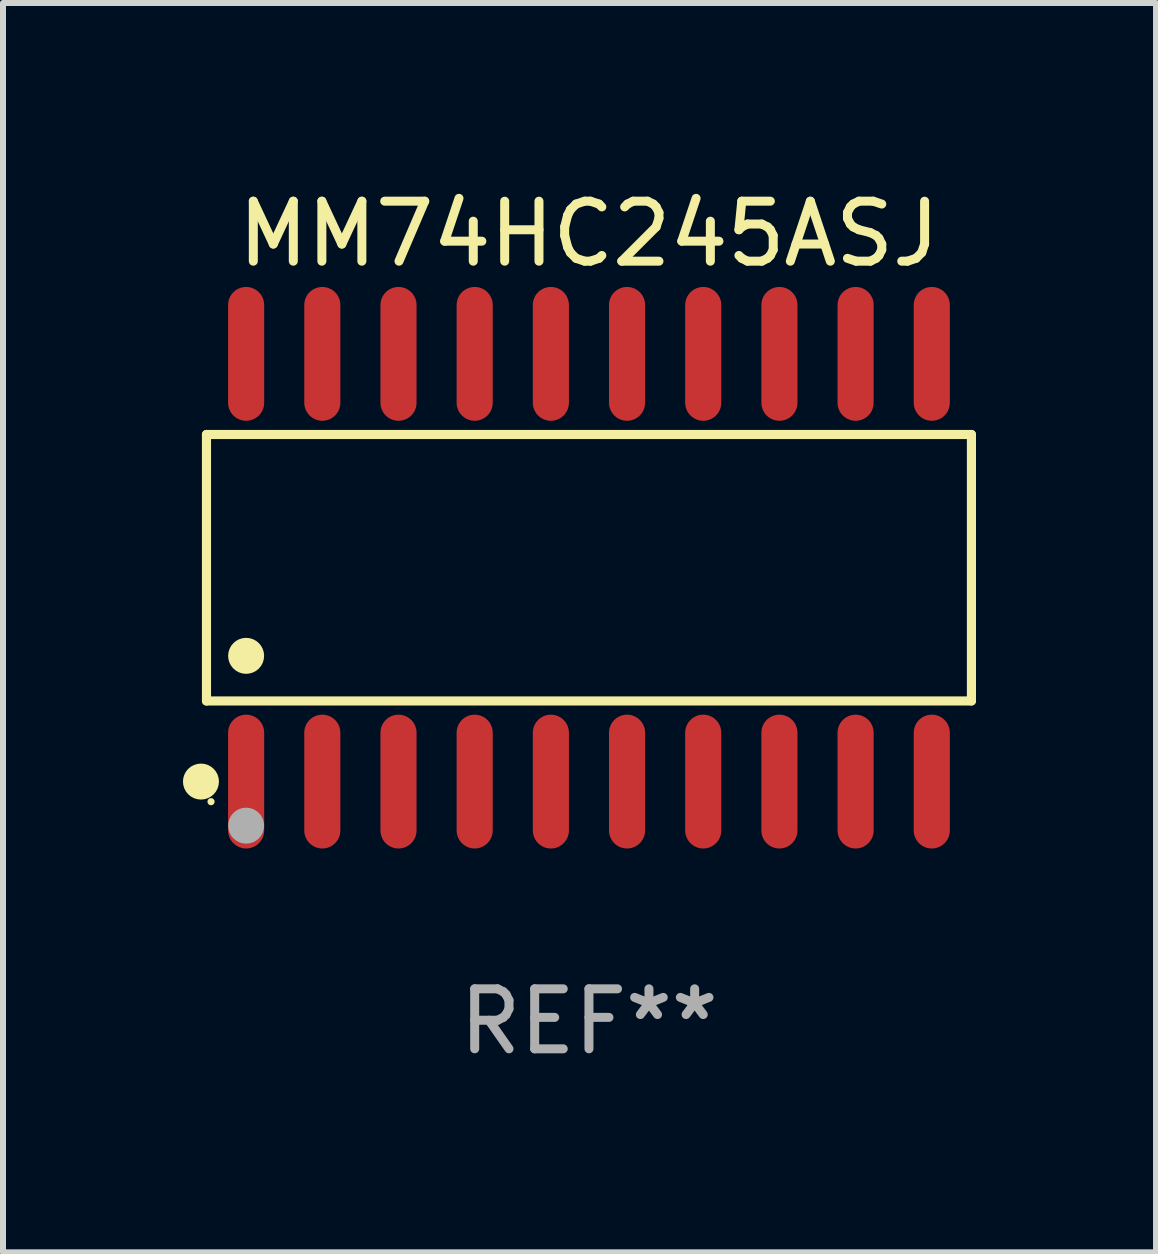
<source format=kicad_pcb>
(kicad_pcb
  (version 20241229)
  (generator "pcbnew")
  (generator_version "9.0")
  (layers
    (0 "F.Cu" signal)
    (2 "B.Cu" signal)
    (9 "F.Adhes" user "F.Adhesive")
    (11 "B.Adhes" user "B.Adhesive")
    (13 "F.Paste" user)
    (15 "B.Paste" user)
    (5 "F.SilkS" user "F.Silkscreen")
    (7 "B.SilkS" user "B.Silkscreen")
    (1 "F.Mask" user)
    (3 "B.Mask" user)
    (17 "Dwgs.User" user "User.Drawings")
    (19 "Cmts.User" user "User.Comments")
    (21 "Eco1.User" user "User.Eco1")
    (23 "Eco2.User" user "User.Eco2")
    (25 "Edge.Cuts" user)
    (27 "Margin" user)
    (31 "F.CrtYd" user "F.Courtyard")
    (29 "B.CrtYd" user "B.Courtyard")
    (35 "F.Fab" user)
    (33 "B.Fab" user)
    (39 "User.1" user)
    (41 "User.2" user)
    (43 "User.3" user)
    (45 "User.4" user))
  (footprint "MM74HC245ASJ"
    (layer "F.Cu")
    (at 6.768 6.414)
    (property "Reference" "MM74HC245ASJ" (at 0 -5.565 0) (layer "F.SilkS") (effects (font (size 1 1) (thickness 0.15))))
    (attr through_hole)
    (fp_line (start -6.376 -2.221) (end 6.376 -2.221) (stroke (width 0.152) (type solid)) (layer "F.SilkS"))
    (fp_line (start -6.376 2.221) (end -6.376 -2.221) (stroke (width 0.152) (type solid)) (layer "F.SilkS"))
    (fp_line (start 6.376 -2.221) (end 6.376 2.221) (stroke (width 0.152) (type solid)) (layer "F.SilkS"))
    (fp_line (start 6.376 2.221) (end -6.376 2.221) (stroke (width 0.152) (type solid)) (layer "F.SilkS"))
    (fp_circle (center -6.468 3.565) (end -6.318 3.565) (stroke (width 0.3) (type solid)) (fill no) (layer "F.SilkS"))
    (fp_circle (center -6.3 3.9) (end -6.27 3.9) (stroke (width 0.06) (type solid)) (fill no) (layer "F.SilkS"))
    (fp_circle (center -5.715 1.469) (end -5.565 1.469) (stroke (width 0.3) (type solid)) (fill no) (layer "F.SilkS"))
    (fp_circle (center -5.715 4.3) (end -5.565 4.3) (stroke (width 0.3) (type solid)) (fill no) (layer "F.Fab"))
    (fp_text user "REF**" (at 0 7.565 0) (layer "F.Fab") (effects (font (size 1 1) (thickness 0.15))))
    (pad "1" smd oval (at -5.715 3.565) (size 0.602 2.231) (layers "F.Cu" "F.Mask" "F.Paste"))
    (pad "2" smd oval (at -4.445 3.565) (size 0.602 2.231) (layers "F.Cu" "F.Mask" "F.Paste"))
    (pad "3" smd oval (at -3.175 3.565) (size 0.602 2.231) (layers "F.Cu" "F.Mask" "F.Paste"))
    (pad "4" smd oval (at -1.905 3.565) (size 0.602 2.231) (layers "F.Cu" "F.Mask" "F.Paste"))
    (pad "5" smd oval (at -0.635 3.565) (size 0.602 2.231) (layers "F.Cu" "F.Mask" "F.Paste"))
    (pad "6" smd oval (at 0.635 3.565) (size 0.602 2.231) (layers "F.Cu" "F.Mask" "F.Paste"))
    (pad "7" smd oval (at 1.905 3.565) (size 0.602 2.231) (layers "F.Cu" "F.Mask" "F.Paste"))
    (pad "8" smd oval (at 3.175 3.565) (size 0.602 2.231) (layers "F.Cu" "F.Mask" "F.Paste"))
    (pad "9" smd oval (at 4.445 3.565) (size 0.602 2.231) (layers "F.Cu" "F.Mask" "F.Paste"))
    (pad "10" smd oval (at 5.715 3.565) (size 0.602 2.231) (layers "F.Cu" "F.Mask" "F.Paste"))
    (pad "11" smd oval (at 5.715 -3.565) (size 0.602 2.231) (layers "F.Cu" "F.Mask" "F.Paste"))
    (pad "12" smd oval (at 4.445 -3.565) (size 0.602 2.231) (layers "F.Cu" "F.Mask" "F.Paste"))
    (pad "13" smd oval (at 3.175 -3.565) (size 0.602 2.231) (layers "F.Cu" "F.Mask" "F.Paste"))
    (pad "14" smd oval (at 1.905 -3.565) (size 0.602 2.231) (layers "F.Cu" "F.Mask" "F.Paste"))
    (pad "15" smd oval (at 0.635 -3.565) (size 0.602 2.231) (layers "F.Cu" "F.Mask" "F.Paste"))
    (pad "16" smd oval (at -0.635 -3.565) (size 0.602 2.231) (layers "F.Cu" "F.Mask" "F.Paste"))
    (pad "17" smd oval (at -1.905 -3.565) (size 0.602 2.231) (layers "F.Cu" "F.Mask" "F.Paste"))
    (pad "18" smd oval (at -3.175 -3.565) (size 0.602 2.231) (layers "F.Cu" "F.Mask" "F.Paste"))
    (pad "19" smd oval (at -4.445 -3.565) (size 0.602 2.231) (layers "F.Cu" "F.Mask" "F.Paste"))
    (pad "20" smd oval (at -5.715 -3.565) (size 0.602 2.231) (layers "F.Cu" "F.Mask" "F.Paste")))
  (gr_rect
    (start -3 -3)
    (end 16.221 17.827)
    (stroke (width 0.1) (type default))
    (fill no)
    (layer "Edge.Cuts")))
</source>
